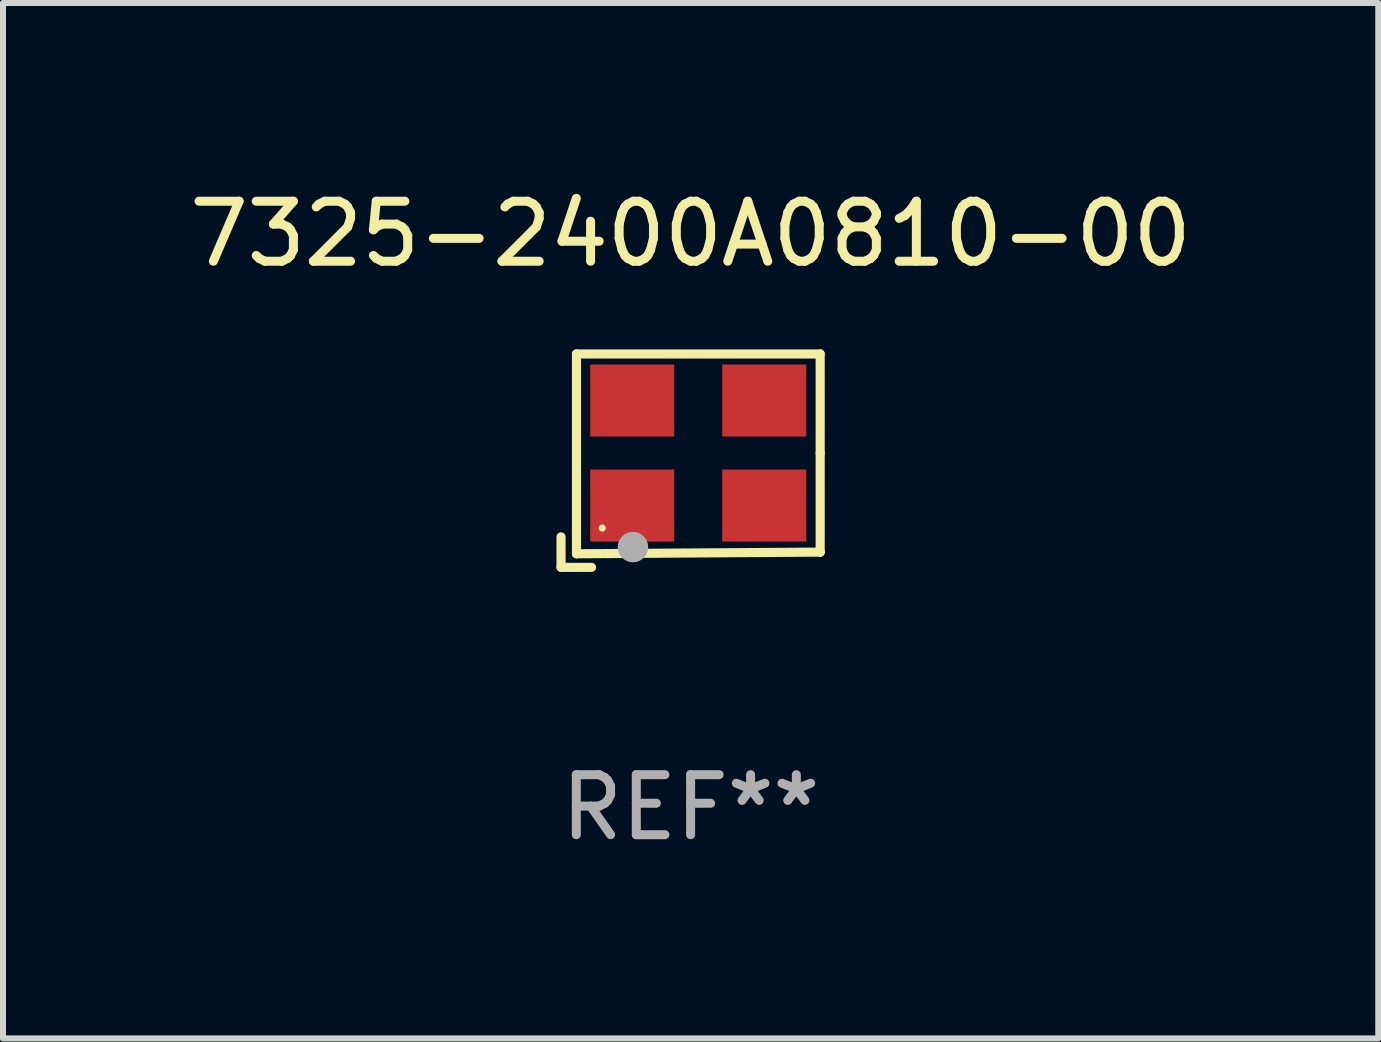
<source format=kicad_pcb>
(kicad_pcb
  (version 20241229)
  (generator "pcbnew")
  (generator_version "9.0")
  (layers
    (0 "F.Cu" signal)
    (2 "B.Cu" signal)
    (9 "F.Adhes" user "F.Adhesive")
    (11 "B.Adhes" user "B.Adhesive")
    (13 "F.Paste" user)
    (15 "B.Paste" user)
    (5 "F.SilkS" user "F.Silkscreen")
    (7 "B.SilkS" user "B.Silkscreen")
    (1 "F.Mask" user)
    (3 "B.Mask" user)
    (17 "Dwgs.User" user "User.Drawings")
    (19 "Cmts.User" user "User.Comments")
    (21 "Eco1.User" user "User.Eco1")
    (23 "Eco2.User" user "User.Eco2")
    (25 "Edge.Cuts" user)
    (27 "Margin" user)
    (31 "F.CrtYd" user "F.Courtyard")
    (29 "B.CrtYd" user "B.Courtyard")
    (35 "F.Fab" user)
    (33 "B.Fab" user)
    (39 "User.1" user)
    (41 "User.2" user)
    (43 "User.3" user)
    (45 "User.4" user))
  (footprint "7325-2400A0810-00"
    (layer "F.Cu")
    (at 8.458 4.626)
    (property "Reference" "7325-2400A0810-00" (at 0 -3.778 0) (layer "F.SilkS") (effects (font (size 1 1) (thickness 0.15))))
    (attr through_hole)
    (fp_line (start -2.159 1.27) (end -2.159 1.778) (stroke (width 0.152) (type solid)) (layer "F.SilkS"))
    (fp_line (start -2.159 1.778) (end -1.651 1.778) (stroke (width 0.152) (type solid)) (layer "F.SilkS"))
    (fp_line (start -1.902 -1.778) (end 2.159 -1.778) (stroke (width 0.152) (type solid)) (layer "F.SilkS"))
    (fp_line (start -1.902 1.552) (end -1.902 -1.778) (stroke (width 0.152) (type solid)) (layer "F.SilkS"))
    (fp_line (start 2.159 -1.778) (end 2.159 -0.127) (stroke (width 0.152) (type solid)) (layer "F.SilkS"))
    (fp_line (start 2.159 -0.127) (end 2.159 1.524) (stroke (width 0.152) (type solid)) (layer "F.SilkS"))
    (fp_line (start 2.159 1.524) (end -1.902 1.552) (stroke (width 0.152) (type solid)) (layer "F.SilkS"))
    (fp_line (start 2.159 1.524) (end 2.159 1.524) (stroke (width 0.152) (type solid)) (layer "F.SilkS"))
    (fp_circle (center -1.473 1.123) (end -1.443 1.123) (stroke (width 0.06) (type solid)) (fill no) (layer "F.SilkS"))
    (fp_circle (center -0.961 1.44) (end -0.834 1.44) (stroke (width 0.254) (type solid)) (fill no) (layer "F.Fab"))
    (fp_text user "REF**" (at 0 5.778 0) (layer "F.Fab") (effects (font (size 1 1) (thickness 0.15))))
    (pad "1" smd rect (at -0.973 0.748) (size 1.4 1.2) (layers "F.Cu" "F.Mask" "F.Paste"))
    (pad "2" smd rect (at 1.227 0.748) (size 1.4 1.2) (layers "F.Cu" "F.Mask" "F.Paste"))
    (pad "3" smd rect (at 1.227 -1.002) (size 1.4 1.2) (layers "F.Cu" "F.Mask" "F.Paste"))
    (pad "4" smd rect (at -0.973 -1.002) (size 1.4 1.2) (layers "F.Cu" "F.Mask" "F.Paste")))
  (gr_rect
    (start -3 -3)
    (end 19.917 14.253)
    (stroke (width 0.1) (type default))
    (fill no)
    (layer "Edge.Cuts")))
</source>
